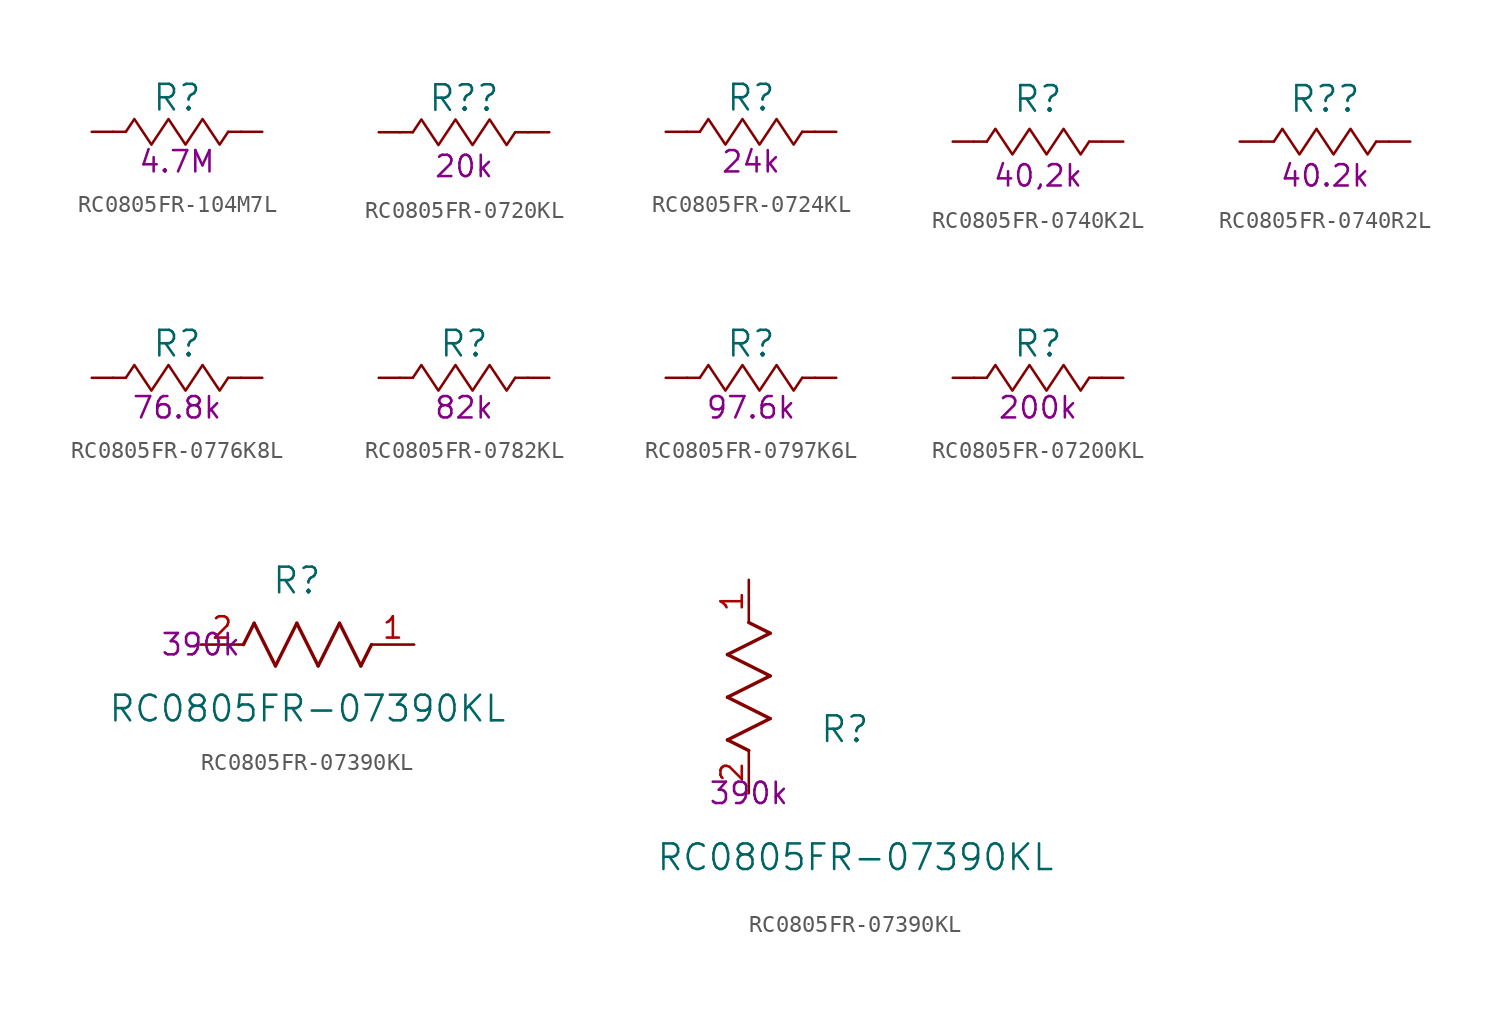
<source format=kicad_sym>
(kicad_symbol_lib
  (version 20231120)
  (generator "kicad_symbol_editor")
  (generator_version "8.0")
  (symbol "RC0805FR-104M7L"
    (pin_numbers hide)
    (pin_names
      (offset 0) hide)
    (property "Reference" "R"
      (at 0 2.032 0)
      (effects (font (size 1.524 1.524))))
    (property "Resistance (Ohms)" "4.7M"
      (at 0 -1.778 0)
      (effects (font (size 1.27 1.27))))
    (property "Sim.Params" "r=4.7Meg"
      (at 0 0 0)
      (effects (font (size 1.27 1.27)) (hide yes)))
    (symbol "RC0805FR-104M7L_0_1"
      (rectangle (start -3.048 0) (end -3.81 0) (stroke (width 0) (type default)) (fill (type none)))
      (polyline (pts (xy -3.048 0) (xy -2.54 0.762) (xy -2.032 0) (xy -1.524 -0.762) (xy -1.016 0) (xy -0.508 0.762) (xy 0 0) (xy 0.508 -0.762) (xy 1.016 0) (xy 1.524 0.762) (xy 2.032 0) (xy 2.54 -0.762) (xy 3.048 0)) (stroke (width 0) (type default)) (fill (type none)))
      (rectangle (start 3.81 0) (end 3.048 0) (stroke (width 0) (type default)) (fill (type none))))
    (symbol "RC0805FR-104M7L_1_1"
      (pin passive line (at -5.08 0 0) (length 1.27) (name "1" (effects (font (size 1.27 1.27)))) (number "1" (effects (font (size 1.27 1.27)))))
      (pin passive line (at 5.08 0 180) (length 1.27) (name "2" (effects (font (size 1.27 1.27)))) (number "2" (effects (font (size 1.27 1.27)))))))
  (symbol "RC0805FR-0720KL"
    (pin_numbers hide)
    (pin_names
      (offset 0) hide)
    (property "Reference" "R?"
      (at 0 2.032 0)
      (effects (font (size 1.524 1.524))))
    (property "Resistance (Ohms)" "20k"
      (at 0 -2.032 0)
      (effects (font (size 1.27 1.27))))
    (symbol "RC0805FR-0720KL_0_1"
      (rectangle (start -3.81 0) (end -3.048 0) (stroke (width 0) (type default)) (fill (type none)))
      (rectangle (start 3.81 0) (end 3.048 0) (stroke (width 0) (type default)) (fill (type none))))
    (symbol "RC0805FR-0720KL_1_1"
      (polyline (pts (xy -3.048 0) (xy -2.54 0.762) (xy -2.032 0) (xy -1.524 -0.762) (xy -1.016 0) (xy -0.508 0.762) (xy 0 0) (xy 0.508 -0.762) (xy 1.016 0) (xy 1.524 0.762) (xy 2.032 0) (xy 2.54 -0.762) (xy 3.048 0)) (stroke (width 0) (type default)) (fill (type none)))
      (pin passive line (at -5.08 0 0) (length 1.27) (name "1" (effects (font (size 1.27 1.27)))) (number "1" (effects (font (size 1.27 1.27)))))
      (pin passive line (at 5.08 0 180) (length 1.27) (name "2" (effects (font (size 1.27 1.27)))) (number "2" (effects (font (size 1.27 1.27)))))))
  (symbol "RC0805FR-0724KL"
    (pin_numbers hide)
    (pin_names
      (offset 0) hide)
    (property "Reference" "R"
      (at 0 2.032 0)
      (effects (font (size 1.524 1.524))))
    (property "Resistance (Ohms)" "24k"
      (at 0 -1.778 0)
      (effects (font (size 1.27 1.27))))
    (symbol "RC0805FR-0724KL_0_1"
      (rectangle (start -3.048 0) (end -3.81 0) (stroke (width 0) (type default)) (fill (type none)))
      (polyline (pts (xy -3.048 0) (xy -2.54 0.762) (xy -2.032 0) (xy -1.524 -0.762) (xy -1.016 0) (xy -0.508 0.762) (xy 0 0) (xy 0.508 -0.762) (xy 1.016 0) (xy 1.524 0.762) (xy 2.032 0) (xy 2.54 -0.762) (xy 3.048 0)) (stroke (width 0) (type default)) (fill (type none)))
      (rectangle (start 3.81 0) (end 3.048 0) (stroke (width 0) (type default)) (fill (type none))))
    (symbol "RC0805FR-0724KL_1_1"
      (pin passive line (at -5.08 0 0) (length 1.27) (name "1" (effects (font (size 1.27 1.27)))) (number "1" (effects (font (size 1.27 1.27)))))
      (pin passive line (at 5.08 0 180) (length 1.27) (name "2" (effects (font (size 1.27 1.27)))) (number "2" (effects (font (size 1.27 1.27)))))))
  (symbol "RC0805FR-0740K2L"
    (pin_numbers hide)
    (pin_names
      (offset 0) hide)
    (property "Reference" "R"
      (at 0 2.54 0)
      (effects (font (size 1.524 1.524))))
    (property "Resistance (Ohms)" "40,2k"
      (at 0 -2.032 0)
      (effects (font (size 1.27 1.27))))
    (symbol "RC0805FR-0740K2L_0_1"
      (rectangle (start -3.81 0) (end -3.048 0) (stroke (width 0) (type default)) (fill (type none)))
      (rectangle (start 3.81 0) (end 3.048 0) (stroke (width 0) (type default)) (fill (type none))))
    (symbol "RC0805FR-0740K2L_1_1"
      (polyline (pts (xy -3.048 0) (xy -2.54 0.762) (xy -2.032 0) (xy -1.524 -0.762) (xy -1.016 0) (xy -0.508 0.762) (xy 0 0) (xy 0.508 -0.762) (xy 1.016 0) (xy 1.524 0.762) (xy 2.032 0) (xy 2.54 -0.762) (xy 3.048 0)) (stroke (width 0) (type default)) (fill (type none)))
      (pin passive line (at -5.08 0 0) (length 1.27) (name "1" (effects (font (size 1.27 1.27)))) (number "1" (effects (font (size 1.27 1.27)))))
      (pin passive line (at 5.08 0 180) (length 1.27) (name "2" (effects (font (size 1.27 1.27)))) (number "2" (effects (font (size 1.27 1.27)))))))
  (symbol "RC0805FR-0740R2L"
    (pin_numbers hide)
    (pin_names
      (offset 0) hide)
    (property "Reference" "R?"
      (at 0 2.54 0)
      (effects (font (size 1.524 1.524))))
    (property "Resistance (Ohms)" "40.2k"
      (at 0 -2.032 0)
      (effects (font (size 1.27 1.27))))
    (symbol "RC0805FR-0740R2L_0_1"
      (rectangle (start -3.81 0) (end -3.048 0) (stroke (width 0) (type default)) (fill (type none)))
      (rectangle (start 3.81 0) (end 3.048 0) (stroke (width 0) (type default)) (fill (type none))))
    (symbol "RC0805FR-0740R2L_1_1"
      (polyline (pts (xy -3.048 0) (xy -2.54 0.762) (xy -2.032 0) (xy -1.524 -0.762) (xy -1.016 0) (xy -0.508 0.762) (xy 0 0) (xy 0.508 -0.762) (xy 1.016 0) (xy 1.524 0.762) (xy 2.032 0) (xy 2.54 -0.762) (xy 3.048 0)) (stroke (width 0) (type default)) (fill (type none)))
      (pin passive line (at -5.08 0 0) (length 1.27) (name "1" (effects (font (size 1.27 1.27)))) (number "1" (effects (font (size 1.27 1.27)))))
      (pin passive line (at 5.08 0 180) (length 1.27) (name "2" (effects (font (size 1.27 1.27)))) (number "2" (effects (font (size 1.27 1.27)))))))
  (symbol "RC0805FR-0776K8L"
    (pin_numbers hide)
    (pin_names
      (offset 0) hide)
    (property "Reference" "R"
      (at 0 2.032 0)
      (effects (font (size 1.524 1.524))))
    (property "Resistance (Ohms)" "76.8k"
      (at 0 -1.778 0)
      (effects (font (size 1.27 1.27))))
    (symbol "RC0805FR-0776K8L_0_1"
      (rectangle (start -3.048 0) (end -3.81 0) (stroke (width 0) (type default)) (fill (type none)))
      (polyline (pts (xy -3.048 0) (xy -2.54 0.762) (xy -2.032 0) (xy -1.524 -0.762) (xy -1.016 0) (xy -0.508 0.762) (xy 0 0) (xy 0.508 -0.762) (xy 1.016 0) (xy 1.524 0.762) (xy 2.032 0) (xy 2.54 -0.762) (xy 3.048 0)) (stroke (width 0) (type default)) (fill (type none)))
      (rectangle (start 3.81 0) (end 3.048 0) (stroke (width 0) (type default)) (fill (type none))))
    (symbol "RC0805FR-0776K8L_1_1"
      (pin passive line (at -5.08 0 0) (length 1.27) (name "1" (effects (font (size 1.27 1.27)))) (number "1" (effects (font (size 1.27 1.27)))))
      (pin passive line (at 5.08 0 180) (length 1.27) (name "2" (effects (font (size 1.27 1.27)))) (number "2" (effects (font (size 1.27 1.27)))))))
  (symbol "RC0805FR-0782KL"
    (pin_numbers hide)
    (pin_names
      (offset 0) hide)
    (property "Reference" "R"
      (at 0 2.032 0)
      (effects (font (size 1.524 1.524))))
    (property "Resistance (Ohms)" "82k"
      (at 0 -1.778 0)
      (effects (font (size 1.27 1.27))))
    (property "Sim.Params" "r=82k"
      (at 0 0 0)
      (effects (font (size 1.27 1.27)) (hide yes)))
    (symbol "RC0805FR-0782KL_0_1"
      (rectangle (start -3.048 0) (end -3.81 0) (stroke (width 0) (type default)) (fill (type none)))
      (polyline (pts (xy -3.048 0) (xy -2.54 0.762) (xy -2.032 0) (xy -1.524 -0.762) (xy -1.016 0) (xy -0.508 0.762) (xy 0 0) (xy 0.508 -0.762) (xy 1.016 0) (xy 1.524 0.762) (xy 2.032 0) (xy 2.54 -0.762) (xy 3.048 0)) (stroke (width 0) (type default)) (fill (type none)))
      (rectangle (start 3.81 0) (end 3.048 0) (stroke (width 0) (type default)) (fill (type none))))
    (symbol "RC0805FR-0782KL_1_1"
      (pin passive line (at -5.08 0 0) (length 1.27) (name "1" (effects (font (size 1.27 1.27)))) (number "1" (effects (font (size 1.27 1.27)))))
      (pin passive line (at 5.08 0 180) (length 1.27) (name "2" (effects (font (size 1.27 1.27)))) (number "2" (effects (font (size 1.27 1.27)))))))
  (symbol "RC0805FR-0797K6L"
    (pin_numbers hide)
    (pin_names
      (offset 0) hide)
    (property "Reference" "R"
      (at 0 2.032 0)
      (effects (font (size 1.524 1.524))))
    (property "Resistance (Ohms)" "97.6k"
      (at 0 -1.778 0)
      (effects (font (size 1.27 1.27))))
    (symbol "RC0805FR-0797K6L_0_1"
      (rectangle (start -3.048 0) (end -3.81 0) (stroke (width 0) (type default)) (fill (type none)))
      (polyline (pts (xy -3.048 0) (xy -2.54 0.762) (xy -2.032 0) (xy -1.524 -0.762) (xy -1.016 0) (xy -0.508 0.762) (xy 0 0) (xy 0.508 -0.762) (xy 1.016 0) (xy 1.524 0.762) (xy 2.032 0) (xy 2.54 -0.762) (xy 3.048 0)) (stroke (width 0) (type default)) (fill (type none)))
      (rectangle (start 3.81 0) (end 3.048 0) (stroke (width 0) (type default)) (fill (type none))))
    (symbol "RC0805FR-0797K6L_1_1"
      (pin passive line (at -5.08 0 0) (length 1.27) (name "1" (effects (font (size 1.27 1.27)))) (number "1" (effects (font (size 1.27 1.27)))))
      (pin passive line (at 5.08 0 180) (length 1.27) (name "2" (effects (font (size 1.27 1.27)))) (number "2" (effects (font (size 1.27 1.27)))))))
  (symbol "RC0805FR-07200KL"
    (pin_numbers hide)
    (pin_names
      (offset 0) hide)
    (property "Reference" "R"
      (at 0 2.032 0)
      (effects (font (size 1.524 1.524))))
    (property "Resistance (Ohms)" "200k"
      (at 0 -1.778 0)
      (effects (font (size 1.27 1.27))))
    (symbol "RC0805FR-07200KL_0_1"
      (rectangle (start -3.048 0) (end -3.81 0) (stroke (width 0) (type default)) (fill (type none)))
      (polyline (pts (xy -3.048 0) (xy -2.54 0.762) (xy -2.032 0) (xy -1.524 -0.762) (xy -1.016 0) (xy -0.508 0.762) (xy 0 0) (xy 0.508 -0.762) (xy 1.016 0) (xy 1.524 0.762) (xy 2.032 0) (xy 2.54 -0.762) (xy 3.048 0)) (stroke (width 0) (type default)) (fill (type none)))
      (rectangle (start 3.81 0) (end 3.048 0) (stroke (width 0) (type default)) (fill (type none))))
    (symbol "RC0805FR-07200KL_1_1"
      (pin passive line (at -5.08 0 0) (length 1.27) (name "1" (effects (font (size 1.27 1.27)))) (number "1" (effects (font (size 1.27 1.27)))))
      (pin passive line (at 5.08 0 180) (length 1.27) (name "2" (effects (font (size 1.27 1.27)))) (number "2" (effects (font (size 1.27 1.27)))))))
  (symbol "RC0805FR-07390KL"
    (pin_names
      (offset 0.254))
    (property "Reference" "R"
      (at 5.715 3.81 0)
      (effects (font (size 1.524 1.524))))
    (property "Value" "RC0805FR-07390KL"
      (at 6.35 -3.81 0)
      (effects (font (size 1.524 1.524))))
    (property "Resistance (Ohms)" "390k"
      (at 0 0 0)
      (effects (font (size 1.27 1.27))))
    (symbol "RC0805FR-07390KL_1_1"
      (polyline (pts (xy 2.54 0) (xy 3.175 1.27)) (stroke (width 0.203) (type default)) (fill (type none)))
      (polyline (pts (xy 3.175 1.27) (xy 4.445 -1.27)) (stroke (width 0.203) (type default)) (fill (type none)))
      (polyline (pts (xy 4.445 -1.27) (xy 5.715 1.27)) (stroke (width 0.203) (type default)) (fill (type none)))
      (polyline (pts (xy 5.715 1.27) (xy 6.985 -1.27)) (stroke (width 0.203) (type default)) (fill (type none)))
      (polyline (pts (xy 6.985 -1.27) (xy 8.255 1.27)) (stroke (width 0.203) (type default)) (fill (type none)))
      (polyline (pts (xy 8.255 1.27) (xy 9.525 -1.27)) (stroke (width 0.203) (type default)) (fill (type none)))
      (polyline (pts (xy 9.525 -1.27) (xy 10.16 0)) (stroke (width 0.203) (type default)) (fill (type none)))
      (pin unspecified line (at 12.7 0 180) (length 2.54) (name "" (effects (font (size 1.27 1.27)))) (number "1" (effects (font (size 1.27 1.27)))))
      (pin unspecified line (at 0 0 0) (length 2.54) (name "" (effects (font (size 1.27 1.27)))) (number "2" (effects (font (size 1.27 1.27))))))
    (symbol "RC0805FR-07390KL_1_2"
      (polyline (pts (xy -1.27 3.175) (xy 1.27 4.445)) (stroke (width 0.203) (type default)) (fill (type none)))
      (polyline (pts (xy -1.27 5.715) (xy 1.27 6.985)) (stroke (width 0.203) (type default)) (fill (type none)))
      (polyline (pts (xy -1.27 8.255) (xy 1.27 9.525)) (stroke (width 0.203) (type default)) (fill (type none)))
      (polyline (pts (xy 0 2.54) (xy -1.27 3.175)) (stroke (width 0.203) (type default)) (fill (type none)))
      (polyline (pts (xy 1.27 4.445) (xy -1.27 5.715)) (stroke (width 0.203) (type default)) (fill (type none)))
      (polyline (pts (xy 1.27 6.985) (xy -1.27 8.255)) (stroke (width 0.203) (type default)) (fill (type none)))
      (polyline (pts (xy 1.27 9.525) (xy 0 10.16)) (stroke (width 0.203) (type default)) (fill (type none)))
      (pin unspecified line (at 0 12.7 270) (length 2.54) (name "" (effects (font (size 1.27 1.27)))) (number "1" (effects (font (size 1.27 1.27)))))
      (pin unspecified line (at 0 0 90) (length 2.54) (name "" (effects (font (size 1.27 1.27)))) (number "2" (effects (font (size 1.27 1.27))))))))
</source>
